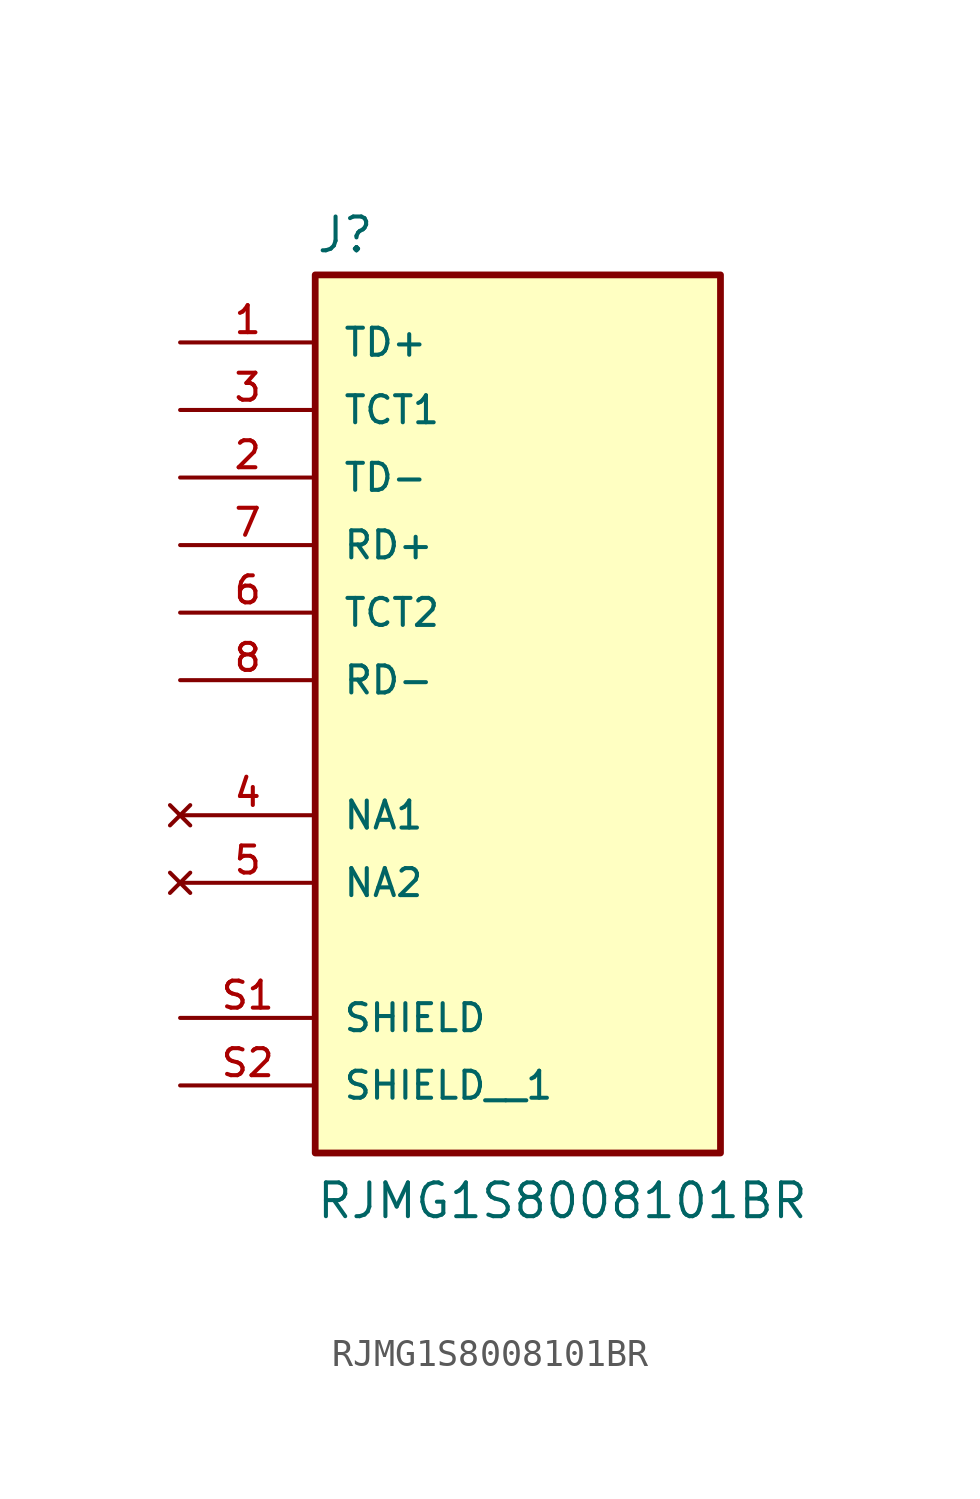
<source format=kicad_sym>
(kicad_symbol_lib
  (version 20211014)
  (generator kicad_symbol_editor)
  (symbol "RJMG1S8008101BR"
    (pin_names
      (offset 1.016))
    (property "Reference" "J"
      (at -7.62 16.002 0)
      (effects (font (size 1.27 1.27)) (justify bottom left)))
    (property "Value" "RJMG1S8008101BR"
      (at -7.62 -20.32 0)
      (effects (font (size 1.27 1.27)) (justify bottom left)))
    (symbol "RJMG1S8008101BR_0_0"
      (rectangle (start -7.62 -17.78) (end 7.62 15.24) (stroke (width 0.254)) (fill (type background)))
      (pin passive line (at -12.7 12.7 0) (length 5.08) (name "TD+" (effects (font (size 1.016 1.016)))) (number "1" (effects (font (size 1.016 1.016)))))
      (pin passive line (at -12.7 10.16 0) (length 5.08) (name "TCT1" (effects (font (size 1.016 1.016)))) (number "3" (effects (font (size 1.016 1.016)))))
      (pin passive line (at -12.7 7.62 0) (length 5.08) (name "TD-" (effects (font (size 1.016 1.016)))) (number "2" (effects (font (size 1.016 1.016)))))
      (pin passive line (at -12.7 5.08 0) (length 5.08) (name "RD+" (effects (font (size 1.016 1.016)))) (number "7" (effects (font (size 1.016 1.016)))))
      (pin passive line (at -12.7 2.54 0) (length 5.08) (name "TCT2" (effects (font (size 1.016 1.016)))) (number "6" (effects (font (size 1.016 1.016)))))
      (pin no_connect line (at -12.7 -5.08 0) (length 5.08) (name "NA1" (effects (font (size 1.016 1.016)))) (number "4" (effects (font (size 1.016 1.016)))))
      (pin no_connect line (at -12.7 -7.62 0) (length 5.08) (name "NA2" (effects (font (size 1.016 1.016)))) (number "5" (effects (font (size 1.016 1.016)))))
      (pin passive line (at -12.7 0.0 0) (length 5.08) (name "RD-" (effects (font (size 1.016 1.016)))) (number "8" (effects (font (size 1.016 1.016)))))
      (pin passive line (at -12.7 -12.7 0) (length 5.08) (name "SHIELD" (effects (font (size 1.016 1.016)))) (number "S1" (effects (font (size 1.016 1.016)))))
      (pin passive line (at -12.7 -15.24 0) (length 5.08) (name "SHIELD__1" (effects (font (size 1.016 1.016)))) (number "S2" (effects (font (size 1.016 1.016))))))))
</source>
